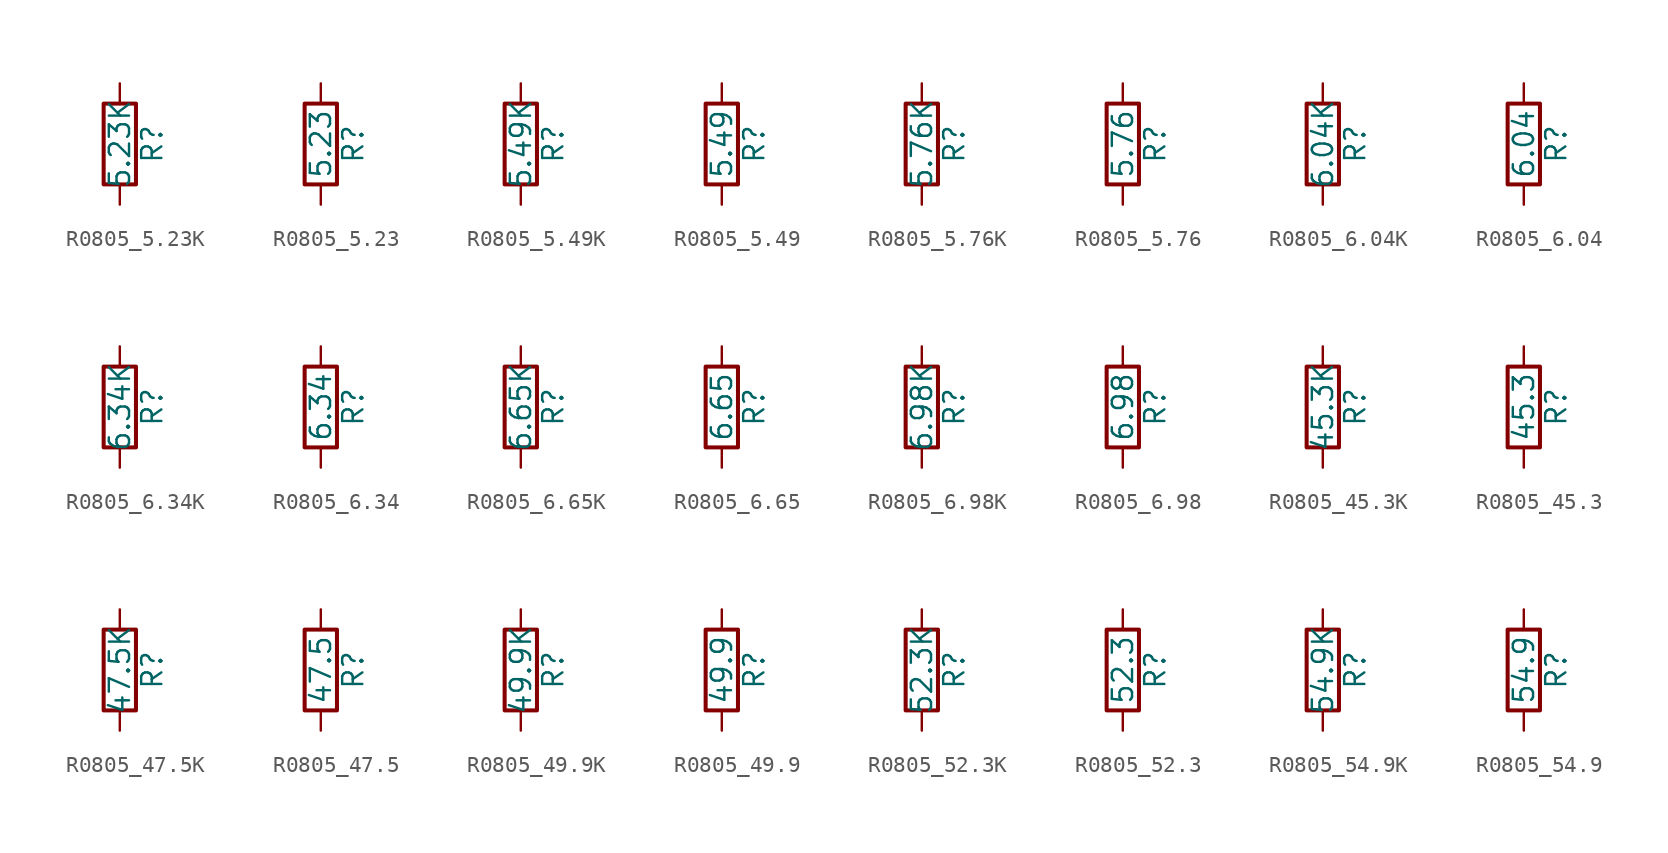
<source format=kicad_sym>
(kicad_symbol_lib
  (version 20211014)
  (generator atlantix-eda)
  (symbol "R0805_5.23K"
    (pin_numbers hide)
    (pin_names
      (offset 0))
    (property "Reference" "R"
      (at 2.032 0 90)
      (effects (font (size 1.27 1.27))))
    (property "Value" "5.23K"
      (at 0 0 90)
      (effects (font (size 1.27 1.27))))
    (symbol "R0805_5.23K_0_1"
      (rectangle (start -1.016 -2.54) (end 1.016 2.54) (stroke (width 0.254) (type default) (color 0 0 0 0)) (fill (type none))))
    (symbol "R0805_5.23K_1_1"
      (pin passive line (at 0 3.81 270) (length 1.27) (name "~" (effects (font (size 1.27 1.27)))) (number "1" (effects (font (size 1.27 1.27)))))
      (pin passive line (at 0 -3.81 90) (length 1.27) (name "~" (effects (font (size 1.27 1.27)))) (number "2" (effects (font (size 1.27 1.27)))))))
  (symbol "R0805_5.23"
    (pin_numbers hide)
    (pin_names
      (offset 0))
    (property "Reference" "R"
      (at 2.032 0 90)
      (effects (font (size 1.27 1.27))))
    (property "Value" "5.23"
      (at 0 0 90)
      (effects (font (size 1.27 1.27))))
    (symbol "R0805_5.23_0_1"
      (rectangle (start -1.016 -2.54) (end 1.016 2.54) (stroke (width 0.254) (type default) (color 0 0 0 0)) (fill (type none))))
    (symbol "R0805_5.23_1_1"
      (pin passive line (at 0 3.81 270) (length 1.27) (name "~" (effects (font (size 1.27 1.27)))) (number "1" (effects (font (size 1.27 1.27)))))
      (pin passive line (at 0 -3.81 90) (length 1.27) (name "~" (effects (font (size 1.27 1.27)))) (number "2" (effects (font (size 1.27 1.27)))))))
  (symbol "R0805_5.49K"
    (pin_numbers hide)
    (pin_names
      (offset 0))
    (property "Reference" "R"
      (at 2.032 0 90)
      (effects (font (size 1.27 1.27))))
    (property "Value" "5.49K"
      (at 0 0 90)
      (effects (font (size 1.27 1.27))))
    (symbol "R0805_5.49K_0_1"
      (rectangle (start -1.016 -2.54) (end 1.016 2.54) (stroke (width 0.254) (type default) (color 0 0 0 0)) (fill (type none))))
    (symbol "R0805_5.49K_1_1"
      (pin passive line (at 0 3.81 270) (length 1.27) (name "~" (effects (font (size 1.27 1.27)))) (number "1" (effects (font (size 1.27 1.27)))))
      (pin passive line (at 0 -3.81 90) (length 1.27) (name "~" (effects (font (size 1.27 1.27)))) (number "2" (effects (font (size 1.27 1.27)))))))
  (symbol "R0805_5.49"
    (pin_numbers hide)
    (pin_names
      (offset 0))
    (property "Reference" "R"
      (at 2.032 0 90)
      (effects (font (size 1.27 1.27))))
    (property "Value" "5.49"
      (at 0 0 90)
      (effects (font (size 1.27 1.27))))
    (symbol "R0805_5.49_0_1"
      (rectangle (start -1.016 -2.54) (end 1.016 2.54) (stroke (width 0.254) (type default) (color 0 0 0 0)) (fill (type none))))
    (symbol "R0805_5.49_1_1"
      (pin passive line (at 0 3.81 270) (length 1.27) (name "~" (effects (font (size 1.27 1.27)))) (number "1" (effects (font (size 1.27 1.27)))))
      (pin passive line (at 0 -3.81 90) (length 1.27) (name "~" (effects (font (size 1.27 1.27)))) (number "2" (effects (font (size 1.27 1.27)))))))
  (symbol "R0805_5.76K"
    (pin_numbers hide)
    (pin_names
      (offset 0))
    (property "Reference" "R"
      (at 2.032 0 90)
      (effects (font (size 1.27 1.27))))
    (property "Value" "5.76K"
      (at 0 0 90)
      (effects (font (size 1.27 1.27))))
    (symbol "R0805_5.76K_0_1"
      (rectangle (start -1.016 -2.54) (end 1.016 2.54) (stroke (width 0.254) (type default) (color 0 0 0 0)) (fill (type none))))
    (symbol "R0805_5.76K_1_1"
      (pin passive line (at 0 3.81 270) (length 1.27) (name "~" (effects (font (size 1.27 1.27)))) (number "1" (effects (font (size 1.27 1.27)))))
      (pin passive line (at 0 -3.81 90) (length 1.27) (name "~" (effects (font (size 1.27 1.27)))) (number "2" (effects (font (size 1.27 1.27)))))))
  (symbol "R0805_5.76"
    (pin_numbers hide)
    (pin_names
      (offset 0))
    (property "Reference" "R"
      (at 2.032 0 90)
      (effects (font (size 1.27 1.27))))
    (property "Value" "5.76"
      (at 0 0 90)
      (effects (font (size 1.27 1.27))))
    (symbol "R0805_5.76_0_1"
      (rectangle (start -1.016 -2.54) (end 1.016 2.54) (stroke (width 0.254) (type default) (color 0 0 0 0)) (fill (type none))))
    (symbol "R0805_5.76_1_1"
      (pin passive line (at 0 3.81 270) (length 1.27) (name "~" (effects (font (size 1.27 1.27)))) (number "1" (effects (font (size 1.27 1.27)))))
      (pin passive line (at 0 -3.81 90) (length 1.27) (name "~" (effects (font (size 1.27 1.27)))) (number "2" (effects (font (size 1.27 1.27)))))))
  (symbol "R0805_6.04K"
    (pin_numbers hide)
    (pin_names
      (offset 0))
    (property "Reference" "R"
      (at 2.032 0 90)
      (effects (font (size 1.27 1.27))))
    (property "Value" "6.04K"
      (at 0 0 90)
      (effects (font (size 1.27 1.27))))
    (symbol "R0805_6.04K_0_1"
      (rectangle (start -1.016 -2.54) (end 1.016 2.54) (stroke (width 0.254) (type default) (color 0 0 0 0)) (fill (type none))))
    (symbol "R0805_6.04K_1_1"
      (pin passive line (at 0 3.81 270) (length 1.27) (name "~" (effects (font (size 1.27 1.27)))) (number "1" (effects (font (size 1.27 1.27)))))
      (pin passive line (at 0 -3.81 90) (length 1.27) (name "~" (effects (font (size 1.27 1.27)))) (number "2" (effects (font (size 1.27 1.27)))))))
  (symbol "R0805_6.04"
    (pin_numbers hide)
    (pin_names
      (offset 0))
    (property "Reference" "R"
      (at 2.032 0 90)
      (effects (font (size 1.27 1.27))))
    (property "Value" "6.04"
      (at 0 0 90)
      (effects (font (size 1.27 1.27))))
    (symbol "R0805_6.04_0_1"
      (rectangle (start -1.016 -2.54) (end 1.016 2.54) (stroke (width 0.254) (type default) (color 0 0 0 0)) (fill (type none))))
    (symbol "R0805_6.04_1_1"
      (pin passive line (at 0 3.81 270) (length 1.27) (name "~" (effects (font (size 1.27 1.27)))) (number "1" (effects (font (size 1.27 1.27)))))
      (pin passive line (at 0 -3.81 90) (length 1.27) (name "~" (effects (font (size 1.27 1.27)))) (number "2" (effects (font (size 1.27 1.27)))))))
  (symbol "R0805_6.34K"
    (pin_numbers hide)
    (pin_names
      (offset 0))
    (property "Reference" "R"
      (at 2.032 0 90)
      (effects (font (size 1.27 1.27))))
    (property "Value" "6.34K"
      (at 0 0 90)
      (effects (font (size 1.27 1.27))))
    (symbol "R0805_6.34K_0_1"
      (rectangle (start -1.016 -2.54) (end 1.016 2.54) (stroke (width 0.254) (type default) (color 0 0 0 0)) (fill (type none))))
    (symbol "R0805_6.34K_1_1"
      (pin passive line (at 0 3.81 270) (length 1.27) (name "~" (effects (font (size 1.27 1.27)))) (number "1" (effects (font (size 1.27 1.27)))))
      (pin passive line (at 0 -3.81 90) (length 1.27) (name "~" (effects (font (size 1.27 1.27)))) (number "2" (effects (font (size 1.27 1.27)))))))
  (symbol "R0805_6.34"
    (pin_numbers hide)
    (pin_names
      (offset 0))
    (property "Reference" "R"
      (at 2.032 0 90)
      (effects (font (size 1.27 1.27))))
    (property "Value" "6.34"
      (at 0 0 90)
      (effects (font (size 1.27 1.27))))
    (symbol "R0805_6.34_0_1"
      (rectangle (start -1.016 -2.54) (end 1.016 2.54) (stroke (width 0.254) (type default) (color 0 0 0 0)) (fill (type none))))
    (symbol "R0805_6.34_1_1"
      (pin passive line (at 0 3.81 270) (length 1.27) (name "~" (effects (font (size 1.27 1.27)))) (number "1" (effects (font (size 1.27 1.27)))))
      (pin passive line (at 0 -3.81 90) (length 1.27) (name "~" (effects (font (size 1.27 1.27)))) (number "2" (effects (font (size 1.27 1.27)))))))
  (symbol "R0805_6.65K"
    (pin_numbers hide)
    (pin_names
      (offset 0))
    (property "Reference" "R"
      (at 2.032 0 90)
      (effects (font (size 1.27 1.27))))
    (property "Value" "6.65K"
      (at 0 0 90)
      (effects (font (size 1.27 1.27))))
    (symbol "R0805_6.65K_0_1"
      (rectangle (start -1.016 -2.54) (end 1.016 2.54) (stroke (width 0.254) (type default) (color 0 0 0 0)) (fill (type none))))
    (symbol "R0805_6.65K_1_1"
      (pin passive line (at 0 3.81 270) (length 1.27) (name "~" (effects (font (size 1.27 1.27)))) (number "1" (effects (font (size 1.27 1.27)))))
      (pin passive line (at 0 -3.81 90) (length 1.27) (name "~" (effects (font (size 1.27 1.27)))) (number "2" (effects (font (size 1.27 1.27)))))))
  (symbol "R0805_6.65"
    (pin_numbers hide)
    (pin_names
      (offset 0))
    (property "Reference" "R"
      (at 2.032 0 90)
      (effects (font (size 1.27 1.27))))
    (property "Value" "6.65"
      (at 0 0 90)
      (effects (font (size 1.27 1.27))))
    (symbol "R0805_6.65_0_1"
      (rectangle (start -1.016 -2.54) (end 1.016 2.54) (stroke (width 0.254) (type default) (color 0 0 0 0)) (fill (type none))))
    (symbol "R0805_6.65_1_1"
      (pin passive line (at 0 3.81 270) (length 1.27) (name "~" (effects (font (size 1.27 1.27)))) (number "1" (effects (font (size 1.27 1.27)))))
      (pin passive line (at 0 -3.81 90) (length 1.27) (name "~" (effects (font (size 1.27 1.27)))) (number "2" (effects (font (size 1.27 1.27)))))))
  (symbol "R0805_6.98K"
    (pin_numbers hide)
    (pin_names
      (offset 0))
    (property "Reference" "R"
      (at 2.032 0 90)
      (effects (font (size 1.27 1.27))))
    (property "Value" "6.98K"
      (at 0 0 90)
      (effects (font (size 1.27 1.27))))
    (symbol "R0805_6.98K_0_1"
      (rectangle (start -1.016 -2.54) (end 1.016 2.54) (stroke (width 0.254) (type default) (color 0 0 0 0)) (fill (type none))))
    (symbol "R0805_6.98K_1_1"
      (pin passive line (at 0 3.81 270) (length 1.27) (name "~" (effects (font (size 1.27 1.27)))) (number "1" (effects (font (size 1.27 1.27)))))
      (pin passive line (at 0 -3.81 90) (length 1.27) (name "~" (effects (font (size 1.27 1.27)))) (number "2" (effects (font (size 1.27 1.27)))))))
  (symbol "R0805_6.98"
    (pin_numbers hide)
    (pin_names
      (offset 0))
    (property "Reference" "R"
      (at 2.032 0 90)
      (effects (font (size 1.27 1.27))))
    (property "Value" "6.98"
      (at 0 0 90)
      (effects (font (size 1.27 1.27))))
    (symbol "R0805_6.98_0_1"
      (rectangle (start -1.016 -2.54) (end 1.016 2.54) (stroke (width 0.254) (type default) (color 0 0 0 0)) (fill (type none))))
    (symbol "R0805_6.98_1_1"
      (pin passive line (at 0 3.81 270) (length 1.27) (name "~" (effects (font (size 1.27 1.27)))) (number "1" (effects (font (size 1.27 1.27)))))
      (pin passive line (at 0 -3.81 90) (length 1.27) (name "~" (effects (font (size 1.27 1.27)))) (number "2" (effects (font (size 1.27 1.27)))))))
  (symbol "R0805_45.3K"
    (pin_numbers hide)
    (pin_names
      (offset 0))
    (property "Reference" "R"
      (at 2.032 0 90)
      (effects (font (size 1.27 1.27))))
    (property "Value" "45.3K"
      (at 0 0 90)
      (effects (font (size 1.27 1.27))))
    (symbol "R0805_45.3K_0_1"
      (rectangle (start -1.016 -2.54) (end 1.016 2.54) (stroke (width 0.254) (type default) (color 0 0 0 0)) (fill (type none))))
    (symbol "R0805_45.3K_1_1"
      (pin passive line (at 0 3.81 270) (length 1.27) (name "~" (effects (font (size 1.27 1.27)))) (number "1" (effects (font (size 1.27 1.27)))))
      (pin passive line (at 0 -3.81 90) (length 1.27) (name "~" (effects (font (size 1.27 1.27)))) (number "2" (effects (font (size 1.27 1.27)))))))
  (symbol "R0805_45.3"
    (pin_numbers hide)
    (pin_names
      (offset 0))
    (property "Reference" "R"
      (at 2.032 0 90)
      (effects (font (size 1.27 1.27))))
    (property "Value" "45.3"
      (at 0 0 90)
      (effects (font (size 1.27 1.27))))
    (symbol "R0805_45.3_0_1"
      (rectangle (start -1.016 -2.54) (end 1.016 2.54) (stroke (width 0.254) (type default) (color 0 0 0 0)) (fill (type none))))
    (symbol "R0805_45.3_1_1"
      (pin passive line (at 0 3.81 270) (length 1.27) (name "~" (effects (font (size 1.27 1.27)))) (number "1" (effects (font (size 1.27 1.27)))))
      (pin passive line (at 0 -3.81 90) (length 1.27) (name "~" (effects (font (size 1.27 1.27)))) (number "2" (effects (font (size 1.27 1.27)))))))
  (symbol "R0805_47.5K"
    (pin_numbers hide)
    (pin_names
      (offset 0))
    (property "Reference" "R"
      (at 2.032 0 90)
      (effects (font (size 1.27 1.27))))
    (property "Value" "47.5K"
      (at 0 0 90)
      (effects (font (size 1.27 1.27))))
    (symbol "R0805_47.5K_0_1"
      (rectangle (start -1.016 -2.54) (end 1.016 2.54) (stroke (width 0.254) (type default) (color 0 0 0 0)) (fill (type none))))
    (symbol "R0805_47.5K_1_1"
      (pin passive line (at 0 3.81 270) (length 1.27) (name "~" (effects (font (size 1.27 1.27)))) (number "1" (effects (font (size 1.27 1.27)))))
      (pin passive line (at 0 -3.81 90) (length 1.27) (name "~" (effects (font (size 1.27 1.27)))) (number "2" (effects (font (size 1.27 1.27)))))))
  (symbol "R0805_47.5"
    (pin_numbers hide)
    (pin_names
      (offset 0))
    (property "Reference" "R"
      (at 2.032 0 90)
      (effects (font (size 1.27 1.27))))
    (property "Value" "47.5"
      (at 0 0 90)
      (effects (font (size 1.27 1.27))))
    (symbol "R0805_47.5_0_1"
      (rectangle (start -1.016 -2.54) (end 1.016 2.54) (stroke (width 0.254) (type default) (color 0 0 0 0)) (fill (type none))))
    (symbol "R0805_47.5_1_1"
      (pin passive line (at 0 3.81 270) (length 1.27) (name "~" (effects (font (size 1.27 1.27)))) (number "1" (effects (font (size 1.27 1.27)))))
      (pin passive line (at 0 -3.81 90) (length 1.27) (name "~" (effects (font (size 1.27 1.27)))) (number "2" (effects (font (size 1.27 1.27)))))))
  (symbol "R0805_49.9K"
    (pin_numbers hide)
    (pin_names
      (offset 0))
    (property "Reference" "R"
      (at 2.032 0 90)
      (effects (font (size 1.27 1.27))))
    (property "Value" "49.9K"
      (at 0 0 90)
      (effects (font (size 1.27 1.27))))
    (symbol "R0805_49.9K_0_1"
      (rectangle (start -1.016 -2.54) (end 1.016 2.54) (stroke (width 0.254) (type default) (color 0 0 0 0)) (fill (type none))))
    (symbol "R0805_49.9K_1_1"
      (pin passive line (at 0 3.81 270) (length 1.27) (name "~" (effects (font (size 1.27 1.27)))) (number "1" (effects (font (size 1.27 1.27)))))
      (pin passive line (at 0 -3.81 90) (length 1.27) (name "~" (effects (font (size 1.27 1.27)))) (number "2" (effects (font (size 1.27 1.27)))))))
  (symbol "R0805_49.9"
    (pin_numbers hide)
    (pin_names
      (offset 0))
    (property "Reference" "R"
      (at 2.032 0 90)
      (effects (font (size 1.27 1.27))))
    (property "Value" "49.9"
      (at 0 0 90)
      (effects (font (size 1.27 1.27))))
    (symbol "R0805_49.9_0_1"
      (rectangle (start -1.016 -2.54) (end 1.016 2.54) (stroke (width 0.254) (type default) (color 0 0 0 0)) (fill (type none))))
    (symbol "R0805_49.9_1_1"
      (pin passive line (at 0 3.81 270) (length 1.27) (name "~" (effects (font (size 1.27 1.27)))) (number "1" (effects (font (size 1.27 1.27)))))
      (pin passive line (at 0 -3.81 90) (length 1.27) (name "~" (effects (font (size 1.27 1.27)))) (number "2" (effects (font (size 1.27 1.27)))))))
  (symbol "R0805_52.3K"
    (pin_numbers hide)
    (pin_names
      (offset 0))
    (property "Reference" "R"
      (at 2.032 0 90)
      (effects (font (size 1.27 1.27))))
    (property "Value" "52.3K"
      (at 0 0 90)
      (effects (font (size 1.27 1.27))))
    (symbol "R0805_52.3K_0_1"
      (rectangle (start -1.016 -2.54) (end 1.016 2.54) (stroke (width 0.254) (type default) (color 0 0 0 0)) (fill (type none))))
    (symbol "R0805_52.3K_1_1"
      (pin passive line (at 0 3.81 270) (length 1.27) (name "~" (effects (font (size 1.27 1.27)))) (number "1" (effects (font (size 1.27 1.27)))))
      (pin passive line (at 0 -3.81 90) (length 1.27) (name "~" (effects (font (size 1.27 1.27)))) (number "2" (effects (font (size 1.27 1.27)))))))
  (symbol "R0805_52.3"
    (pin_numbers hide)
    (pin_names
      (offset 0))
    (property "Reference" "R"
      (at 2.032 0 90)
      (effects (font (size 1.27 1.27))))
    (property "Value" "52.3"
      (at 0 0 90)
      (effects (font (size 1.27 1.27))))
    (symbol "R0805_52.3_0_1"
      (rectangle (start -1.016 -2.54) (end 1.016 2.54) (stroke (width 0.254) (type default) (color 0 0 0 0)) (fill (type none))))
    (symbol "R0805_52.3_1_1"
      (pin passive line (at 0 3.81 270) (length 1.27) (name "~" (effects (font (size 1.27 1.27)))) (number "1" (effects (font (size 1.27 1.27)))))
      (pin passive line (at 0 -3.81 90) (length 1.27) (name "~" (effects (font (size 1.27 1.27)))) (number "2" (effects (font (size 1.27 1.27)))))))
  (symbol "R0805_54.9K"
    (pin_numbers hide)
    (pin_names
      (offset 0))
    (property "Reference" "R"
      (at 2.032 0 90)
      (effects (font (size 1.27 1.27))))
    (property "Value" "54.9K"
      (at 0 0 90)
      (effects (font (size 1.27 1.27))))
    (symbol "R0805_54.9K_0_1"
      (rectangle (start -1.016 -2.54) (end 1.016 2.54) (stroke (width 0.254) (type default) (color 0 0 0 0)) (fill (type none))))
    (symbol "R0805_54.9K_1_1"
      (pin passive line (at 0 3.81 270) (length 1.27) (name "~" (effects (font (size 1.27 1.27)))) (number "1" (effects (font (size 1.27 1.27)))))
      (pin passive line (at 0 -3.81 90) (length 1.27) (name "~" (effects (font (size 1.27 1.27)))) (number "2" (effects (font (size 1.27 1.27)))))))
  (symbol "R0805_54.9"
    (pin_numbers hide)
    (pin_names
      (offset 0))
    (property "Reference" "R"
      (at 2.032 0 90)
      (effects (font (size 1.27 1.27))))
    (property "Value" "54.9"
      (at 0 0 90)
      (effects (font (size 1.27 1.27))))
    (symbol "R0805_54.9_0_1"
      (rectangle (start -1.016 -2.54) (end 1.016 2.54) (stroke (width 0.254) (type default) (color 0 0 0 0)) (fill (type none))))
    (symbol "R0805_54.9_1_1"
      (pin passive line (at 0 3.81 270) (length 1.27) (name "~" (effects (font (size 1.27 1.27)))) (number "1" (effects (font (size 1.27 1.27)))))
      (pin passive line (at 0 -3.81 90) (length 1.27) (name "~" (effects (font (size 1.27 1.27)))) (number "2" (effects (font (size 1.27 1.27))))))))
</source>
